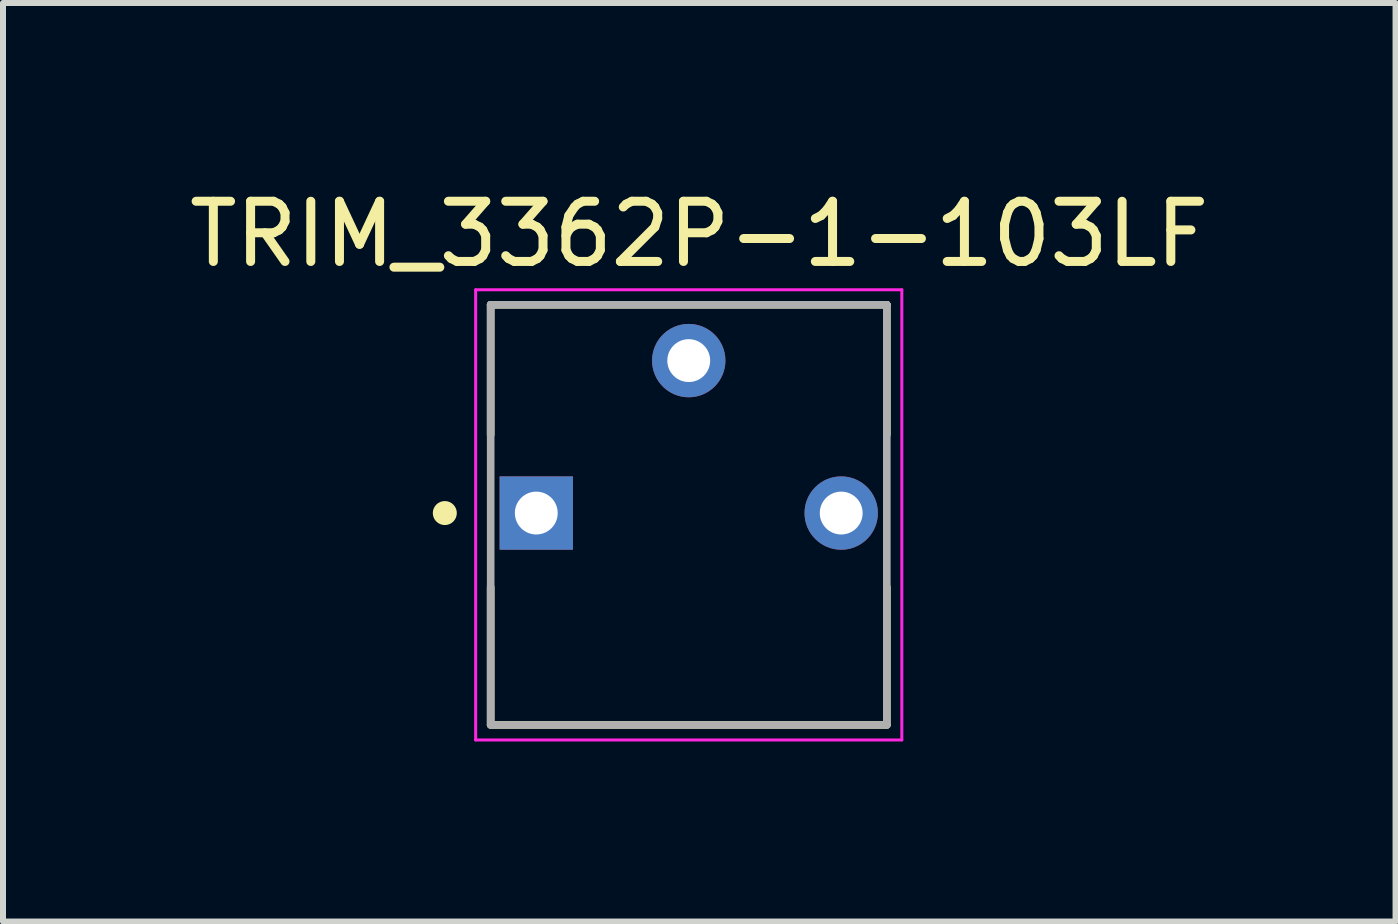
<source format=kicad_pcb>
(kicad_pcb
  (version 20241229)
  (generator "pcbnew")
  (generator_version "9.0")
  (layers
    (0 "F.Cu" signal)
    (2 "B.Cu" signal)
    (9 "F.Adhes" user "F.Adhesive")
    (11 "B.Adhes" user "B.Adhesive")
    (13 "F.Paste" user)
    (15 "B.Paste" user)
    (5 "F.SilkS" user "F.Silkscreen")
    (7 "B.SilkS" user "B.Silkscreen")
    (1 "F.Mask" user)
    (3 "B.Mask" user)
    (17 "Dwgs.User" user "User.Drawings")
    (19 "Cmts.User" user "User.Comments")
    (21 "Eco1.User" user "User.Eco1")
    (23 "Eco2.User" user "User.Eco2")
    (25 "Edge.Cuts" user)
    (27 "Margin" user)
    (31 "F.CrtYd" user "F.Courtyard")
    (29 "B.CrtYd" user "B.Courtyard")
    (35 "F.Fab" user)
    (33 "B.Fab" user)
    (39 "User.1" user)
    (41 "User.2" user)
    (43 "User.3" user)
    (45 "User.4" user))
  (footprint "TRIM_3362P-1-103LF"
    (layer "F.Cu")
    (at 8.425 5.498)
    (property "Reference" "TRIM_3362P-1-103LF" (at 0.175 -4.648 0) (layer "F.SilkS") (effects (font (size 1.003 1.003) (thickness 0.15))))
    (attr through_hole)
    (fp_line (start -3.3 -3.47) (end 3.3 -3.47) (stroke (width 0.127) (type solid)) (layer "F.SilkS"))
    (fp_line (start -3.3 -1.305) (end -3.3 -3.47) (stroke (width 0.127) (type solid)) (layer "F.SilkS"))
    (fp_line (start -3.3 3.52) (end -3.3 1.235) (stroke (width 0.127) (type solid)) (layer "F.SilkS"))
    (fp_line (start 3.3 -3.47) (end 3.3 -1.305) (stroke (width 0.127) (type solid)) (layer "F.SilkS"))
    (fp_line (start 3.3 1.235) (end 3.3 3.52) (stroke (width 0.127) (type solid)) (layer "F.SilkS"))
    (fp_line (start 3.3 3.53) (end -3.3 3.53) (stroke (width 0.127) (type solid)) (layer "F.SilkS"))
    (fp_circle (center -4.064 0) (end -3.964 0) (stroke (width 0.2) (type solid)) (fill no) (layer "F.SilkS"))
    (fp_line (start -3.55 -3.72) (end 3.55 -3.72) (stroke (width 0.05) (type solid)) (layer "F.CrtYd"))
    (fp_line (start -3.55 3.78) (end -3.55 -3.72) (stroke (width 0.05) (type solid)) (layer "F.CrtYd"))
    (fp_line (start 3.55 -3.72) (end 3.55 3.78) (stroke (width 0.05) (type solid)) (layer "F.CrtYd"))
    (fp_line (start 3.55 3.78) (end -3.55 3.78) (stroke (width 0.05) (type solid)) (layer "F.CrtYd"))
    (fp_line (start -3.3 -3.47) (end 3.3 -3.47) (stroke (width 0.127) (type solid)) (layer "F.Fab"))
    (fp_line (start -3.3 3.53) (end -3.3 -3.47) (stroke (width 0.127) (type solid)) (layer "F.Fab"))
    (fp_line (start 3.3 -3.47) (end 3.3 3.53) (stroke (width 0.127) (type solid)) (layer "F.Fab"))
    (fp_line (start 3.3 3.53) (end -3.3 3.53) (stroke (width 0.127) (type solid)) (layer "F.Fab"))
    (pad "1" thru_hole rect (at -2.54 0) (size 1.222 1.222) (drill 0.714) (layers "*.Cu" "*.Mask"))
    (pad "2" thru_hole circle (at 0 -2.54) (size 1.222 1.222) (drill 0.714) (layers "*.Cu" "*.Mask"))
    (pad "3" thru_hole circle (at 2.54 0) (size 1.222 1.222) (drill 0.714) (layers "*.Cu" "*.Mask")))
  (gr_rect
    (start -3 -3)
    (end 20.201 12.303)
    (stroke (width 0.1) (type default))
    (fill no)
    (layer "Edge.Cuts")))
</source>
